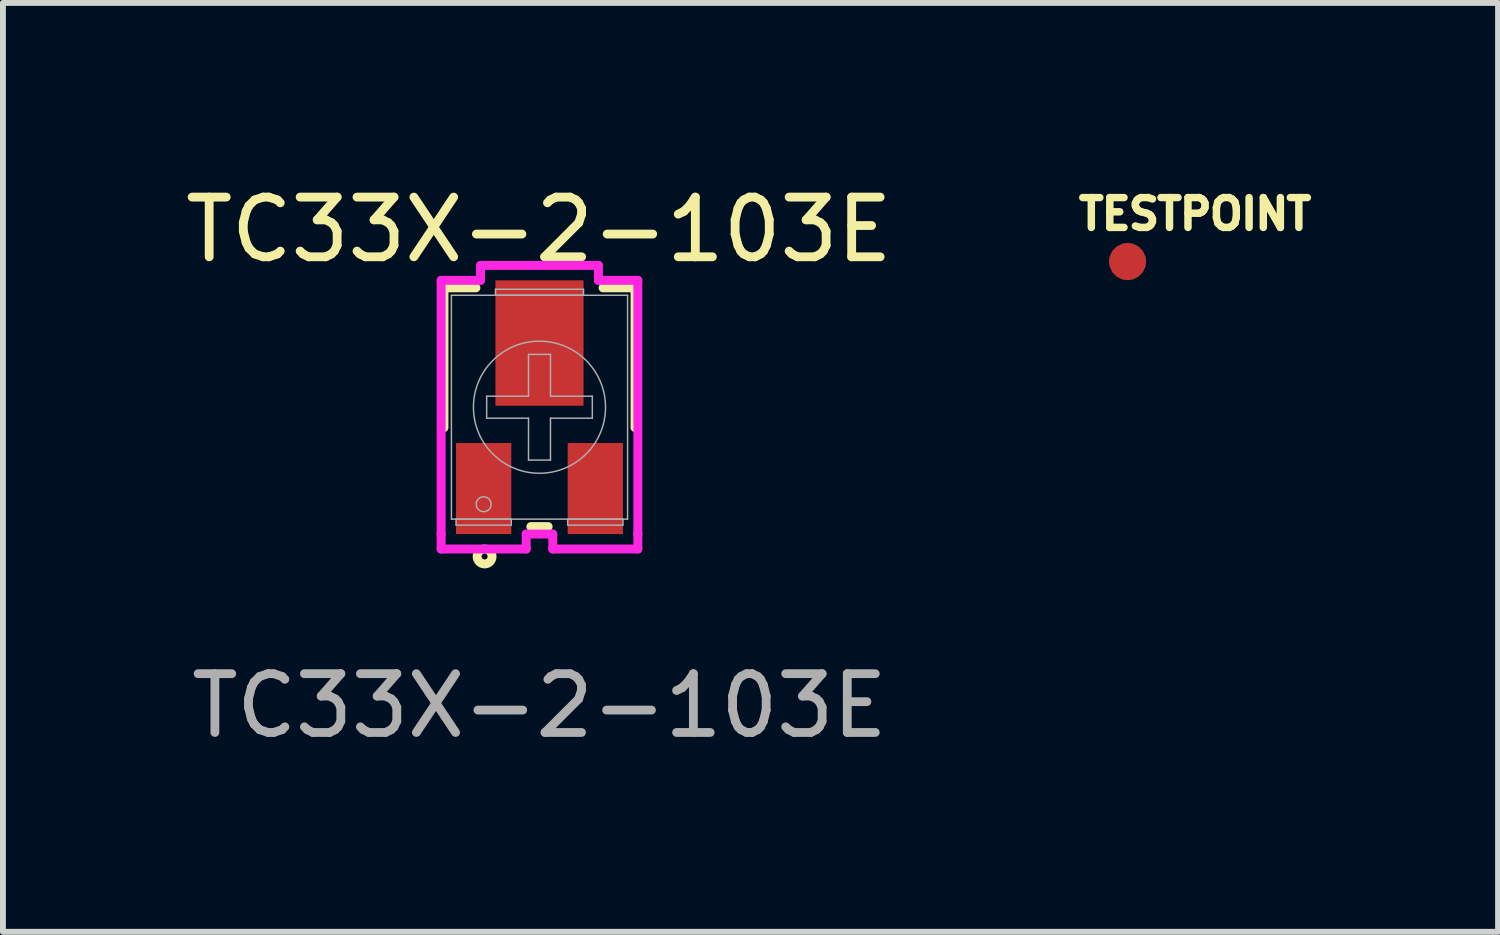
<source format=kicad_pcb>
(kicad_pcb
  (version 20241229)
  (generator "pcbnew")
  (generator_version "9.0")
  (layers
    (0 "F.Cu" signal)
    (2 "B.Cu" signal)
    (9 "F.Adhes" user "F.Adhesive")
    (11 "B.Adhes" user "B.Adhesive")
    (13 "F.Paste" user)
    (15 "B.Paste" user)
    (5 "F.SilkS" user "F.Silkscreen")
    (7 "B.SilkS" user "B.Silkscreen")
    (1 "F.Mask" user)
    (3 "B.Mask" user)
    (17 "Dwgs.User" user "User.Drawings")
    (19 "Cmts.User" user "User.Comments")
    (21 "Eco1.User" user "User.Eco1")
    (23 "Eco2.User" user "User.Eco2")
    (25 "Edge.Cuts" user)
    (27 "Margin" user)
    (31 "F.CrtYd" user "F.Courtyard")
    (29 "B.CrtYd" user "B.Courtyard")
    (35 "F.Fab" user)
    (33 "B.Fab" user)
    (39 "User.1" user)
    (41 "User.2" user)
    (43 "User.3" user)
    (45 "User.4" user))
  (footprint "TC33X-2-103E"
    (layer "F.Cu")
    (at 6.131 3.88)
    (property "Reference" "TC33X-2-103E" (at -0.009 -3.022 0) (unlocked yes) (layer "F.SilkS") (effects (font (size 1.016 1.016) (thickness 0.15))))
    (attr smd)
    (fp_line (start -1.626 -2.032) (end -1.626 0.348) (stroke (width 0.152) (type solid)) (layer "F.SilkS"))
    (fp_line (start -1.082 -2.032) (end -1.626 -2.032) (stroke (width 0.152) (type solid)) (layer "F.SilkS"))
    (fp_line (start -0.147 2.032) (end 0.147 2.032) (stroke (width 0.152) (type solid)) (layer "F.SilkS"))
    (fp_line (start 1.626 -2.032) (end 1.082 -2.032) (stroke (width 0.152) (type solid)) (layer "F.SilkS"))
    (fp_line (start 1.626 -2.032) (end 1.626 0.348) (stroke (width 0.152) (type solid)) (layer "F.SilkS"))
    (fp_circle (center -0.934 2.54) (end -0.807 2.54) (stroke (width 0.152) (type solid)) (fill no) (layer "F.SilkS"))
    (fp_line (start -1.674 -2.159) (end -1.003 -2.159) (stroke (width 0.152) (type solid)) (layer "F.CrtYd"))
    (fp_line (start -1.674 2.159) (end -1.674 -2.159) (stroke (width 0.152) (type solid)) (layer "F.CrtYd"))
    (fp_line (start -1.674 2.159) (end -1.674 2.159) (stroke (width 0.152) (type solid)) (layer "F.CrtYd"))
    (fp_line (start -1.674 2.413) (end -1.674 2.159) (stroke (width 0.152) (type solid)) (layer "F.CrtYd"))
    (fp_line (start -1.003 -2.413) (end 1.003 -2.413) (stroke (width 0.152) (type solid)) (layer "F.CrtYd"))
    (fp_line (start -1.003 -2.159) (end -1.003 -2.413) (stroke (width 0.152) (type solid)) (layer "F.CrtYd"))
    (fp_line (start -0.226 2.159) (end -0.226 2.413) (stroke (width 0.152) (type solid)) (layer "F.CrtYd"))
    (fp_line (start -0.226 2.413) (end -1.674 2.413) (stroke (width 0.152) (type solid)) (layer "F.CrtYd"))
    (fp_line (start 0.226 2.159) (end -0.226 2.159) (stroke (width 0.152) (type solid)) (layer "F.CrtYd"))
    (fp_line (start 0.226 2.413) (end 0.226 2.159) (stroke (width 0.152) (type solid)) (layer "F.CrtYd"))
    (fp_line (start 1.003 -2.413) (end 1.003 -2.159) (stroke (width 0.152) (type solid)) (layer "F.CrtYd"))
    (fp_line (start 1.003 -2.159) (end 1.674 -2.159) (stroke (width 0.152) (type solid)) (layer "F.CrtYd"))
    (fp_line (start 1.674 -2.159) (end 1.674 2.159) (stroke (width 0.152) (type solid)) (layer "F.CrtYd"))
    (fp_line (start 1.674 2.159) (end 1.674 2.159) (stroke (width 0.152) (type solid)) (layer "F.CrtYd"))
    (fp_line (start 1.674 2.159) (end 1.674 2.413) (stroke (width 0.152) (type solid)) (layer "F.CrtYd"))
    (fp_line (start 1.674 2.413) (end 0.226 2.413) (stroke (width 0.152) (type solid)) (layer "F.CrtYd"))
    (fp_line (start -1.499 -1.905) (end -1.499 1.905) (stroke (width 0.025) (type solid)) (layer "F.Fab"))
    (fp_line (start -1.499 1.905) (end 1.499 1.905) (stroke (width 0.025) (type solid)) (layer "F.Fab"))
    (fp_line (start -1.42 1.905) (end -1.42 2.007) (stroke (width 0.025) (type solid)) (layer "F.Fab"))
    (fp_line (start -1.42 2.007) (end -0.48 2.007) (stroke (width 0.025) (type solid)) (layer "F.Fab"))
    (fp_line (start -0.899 -0.187) (end -0.899 0.187) (stroke (width 0.025) (type solid)) (layer "F.Fab"))
    (fp_line (start -0.749 -2.007) (end -0.749 -1.905) (stroke (width 0.025) (type solid)) (layer "F.Fab"))
    (fp_line (start -0.749 -1.905) (end 0.749 -1.905) (stroke (width 0.025) (type solid)) (layer "F.Fab"))
    (fp_line (start -0.48 1.905) (end -1.42 1.905) (stroke (width 0.025) (type solid)) (layer "F.Fab"))
    (fp_line (start -0.48 2.007) (end -0.48 1.905) (stroke (width 0.025) (type solid)) (layer "F.Fab"))
    (fp_line (start -0.187 -0.899) (end -0.187 -0.187) (stroke (width 0.025) (type solid)) (layer "F.Fab"))
    (fp_line (start -0.187 -0.899) (end 0.187 -0.899) (stroke (width 0.025) (type solid)) (layer "F.Fab"))
    (fp_line (start -0.187 -0.187) (end -0.899 -0.187) (stroke (width 0.025) (type solid)) (layer "F.Fab"))
    (fp_line (start -0.187 0.187) (end -0.899 0.187) (stroke (width 0.025) (type solid)) (layer "F.Fab"))
    (fp_line (start -0.187 0.899) (end -0.187 0.187) (stroke (width 0.025) (type solid)) (layer "F.Fab"))
    (fp_line (start -0.187 0.899) (end 0.187 0.899) (stroke (width 0.025) (type solid)) (layer "F.Fab"))
    (fp_line (start 0.187 -0.899) (end 0.187 -0.187) (stroke (width 0.025) (type solid)) (layer "F.Fab"))
    (fp_line (start 0.187 -0.187) (end 0.899 -0.187) (stroke (width 0.025) (type solid)) (layer "F.Fab"))
    (fp_line (start 0.187 0.187) (end 0.899 0.187) (stroke (width 0.025) (type solid)) (layer "F.Fab"))
    (fp_line (start 0.187 0.899) (end 0.187 0.187) (stroke (width 0.025) (type solid)) (layer "F.Fab"))
    (fp_line (start 0.48 1.905) (end 0.48 2.007) (stroke (width 0.025) (type solid)) (layer "F.Fab"))
    (fp_line (start 0.48 2.007) (end 1.42 2.007) (stroke (width 0.025) (type solid)) (layer "F.Fab"))
    (fp_line (start 0.749 -2.007) (end -0.749 -2.007) (stroke (width 0.025) (type solid)) (layer "F.Fab"))
    (fp_line (start 0.749 -1.905) (end 0.749 -2.007) (stroke (width 0.025) (type solid)) (layer "F.Fab"))
    (fp_line (start 0.899 -0.187) (end 0.899 0.187) (stroke (width 0.025) (type solid)) (layer "F.Fab"))
    (fp_line (start 1.42 1.905) (end 0.48 1.905) (stroke (width 0.025) (type solid)) (layer "F.Fab"))
    (fp_line (start 1.42 2.007) (end 1.42 1.905) (stroke (width 0.025) (type solid)) (layer "F.Fab"))
    (fp_line (start 1.499 -1.905) (end -1.499 -1.905) (stroke (width 0.025) (type solid)) (layer "F.Fab"))
    (fp_line (start 1.499 -1.905) (end 1.499 1.905) (stroke (width 0.025) (type solid)) (layer "F.Fab"))
    (fp_circle (center -0.95 1.651) (end -0.823 1.651) (stroke (width 0.025) (type solid)) (fill no) (layer "F.Fab"))
    (fp_circle (center 0 0) (end 1.124 0) (stroke (width 0.025) (type solid)) (fill no) (layer "F.Fab"))
    (fp_text user "${REFERENCE}" (at 0 5.08 0) (unlocked yes) (layer "F.Fab") (effects (font (size 1 1) (thickness 0.15))))
    (pad "1" smd rect (at -0.95 1.384) (size 0.94 1.549) (layers "F.Cu" "F.Mask" "F.Paste"))
    (pad "2" smd rect (at 0 -1.092) (size 1.499 2.134) (layers "F.Cu" "F.Mask" "F.Paste"))
    (pad "3" smd rect (at 0.95 1.384) (size 0.94 1.549) (layers "F.Cu" "F.Mask" "F.Paste")))
  (footprint "TESTPOINT"
    (layer "F.Cu")
    (at 16.114 1.401)
    (property "Reference" "TESTPOINT" (at -0.869 -0.512 0) (layer "F.SilkS") (effects (font (size 0.508 0.508) (thickness 0.127)) (justify left bottom)))
    (attr smd)
    (pad "1" smd roundrect (at 0.025 0) (size 0.635 0.635) (layers "F.Cu" "F.Mask" "F.Paste") (roundrect_rratio 0.5)))
  (gr_rect
    (start -3 -3)
    (end 22.444 12.808)
    (stroke (width 0.1) (type default))
    (fill no)
    (layer "Edge.Cuts")))
</source>
